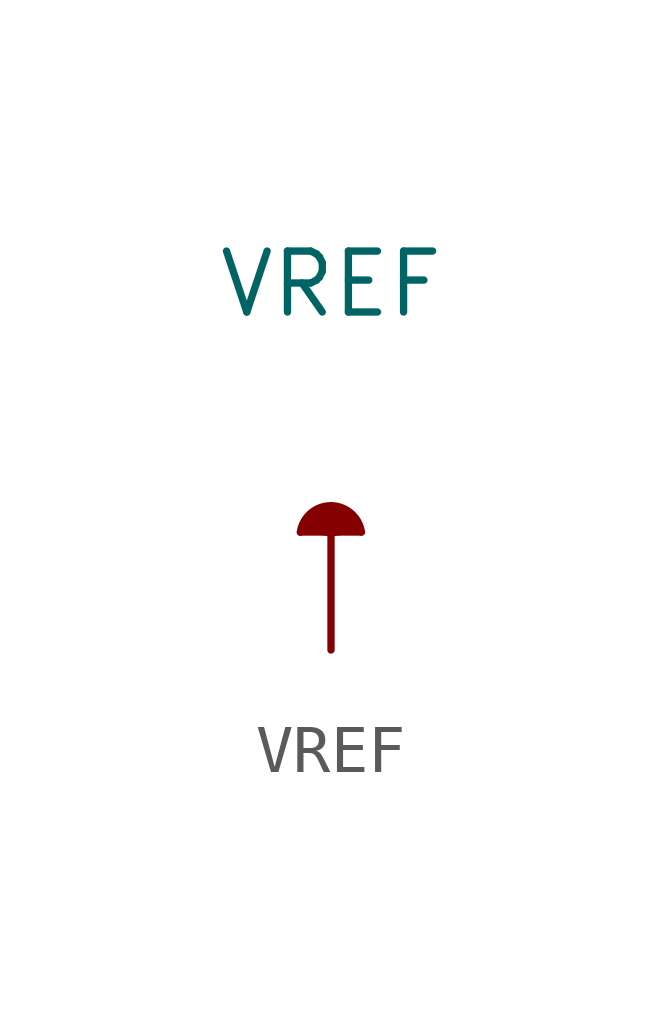
<source format=kicad_sym>
(kicad_symbol_lib
  (version 20220914)
  (generator kicad_symbol_editor)
  (symbol "VREF"
    (power)
    (pin_numbers hide)
    (pin_names
      (offset 0) hide)
    (property "Reference" "#PWR"
      (at 0 5.08 0)
      (effects (font (size 1.27 1.27)) hide))
    (property "Value" "VREF"
      (at 0 7.62 0)
      (effects (font (size 1.27 1.27))))
    (symbol "VREF_0_0"
      (polyline (pts (xy 0.633 2.457) (xy -0.636 2.457)) (stroke (width 0) (type default)) (fill (type none)))
      (arc (start 0.6335 2.4566) (mid -0.0042 3.0056) (end -0.6386 2.4527) (stroke (width 0) (type default)) (fill (type outline))))
    (symbol "VREF_1_1"
      (pin power_in line (at 0 0 90) (length 3) (name "VREF" (effects (font (size 1.27 1.27)))) (number "" (effects (font (size 1.27 1.27))))))))
</source>
